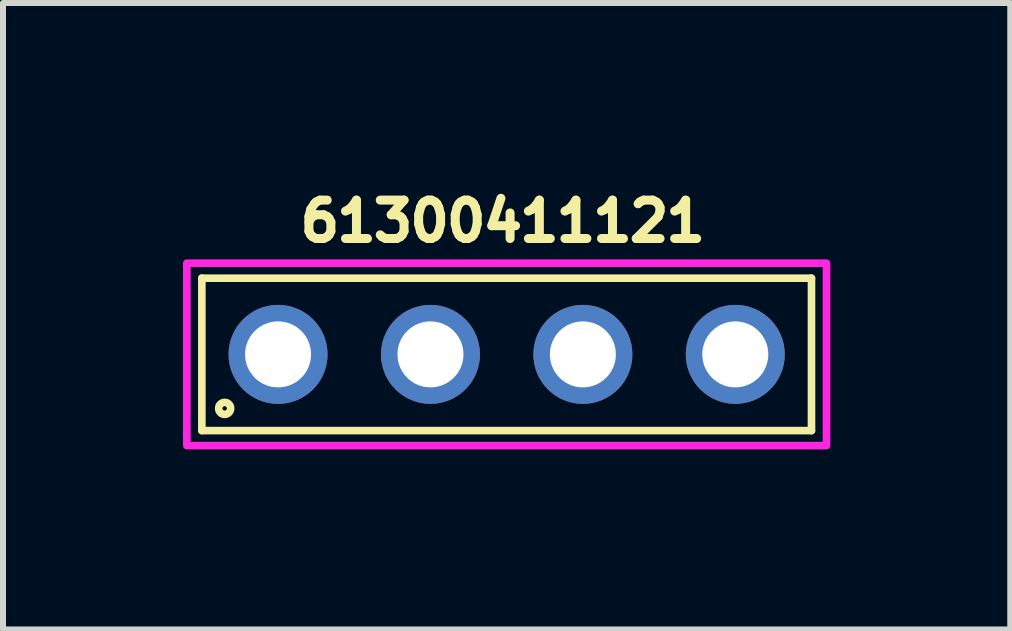
<source format=kicad_pcb>
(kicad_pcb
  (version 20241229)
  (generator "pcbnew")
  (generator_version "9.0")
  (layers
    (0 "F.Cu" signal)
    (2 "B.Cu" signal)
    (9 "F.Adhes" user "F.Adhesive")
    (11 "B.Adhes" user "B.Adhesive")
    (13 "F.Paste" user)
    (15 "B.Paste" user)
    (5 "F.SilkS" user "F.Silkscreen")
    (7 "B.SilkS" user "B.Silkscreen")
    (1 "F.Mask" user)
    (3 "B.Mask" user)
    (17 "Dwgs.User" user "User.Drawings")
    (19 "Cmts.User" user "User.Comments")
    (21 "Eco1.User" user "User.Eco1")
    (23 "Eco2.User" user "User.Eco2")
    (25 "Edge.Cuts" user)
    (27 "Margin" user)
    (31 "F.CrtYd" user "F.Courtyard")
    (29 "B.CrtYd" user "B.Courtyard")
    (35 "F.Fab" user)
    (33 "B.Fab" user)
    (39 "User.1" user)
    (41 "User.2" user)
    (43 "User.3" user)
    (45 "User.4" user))
  (footprint "61300411121"
    (layer "F.Cu")
    (at 5.394 2.856)
    (property "Reference" "61300411121" (at -0.065 -2.219 0) (layer "F.SilkS") (effects (font (size 0.64 0.64) (thickness 0.15))))
    (attr through_hole)
    (fp_line (start -5.08 -1.27) (end -5.08 1.27) (stroke (width 0.127) (type solid)) (layer "F.SilkS"))
    (fp_line (start -5.08 1.27) (end 5.08 1.27) (stroke (width 0.127) (type solid)) (layer "F.SilkS"))
    (fp_line (start 5.08 -1.27) (end -5.08 -1.27) (stroke (width 0.127) (type solid)) (layer "F.SilkS"))
    (fp_line (start 5.08 1.27) (end 5.08 -1.27) (stroke (width 0.127) (type solid)) (layer "F.SilkS"))
    (fp_circle (center -4.7 0.9) (end -4.6 0.9) (stroke (width 0.127) (type solid)) (fill no) (layer "F.SilkS"))
    (fp_poly (pts (xy -5.33 -1.52) (xy 5.33 -1.52) (xy 5.33 1.52) (xy -5.33 1.52)) (stroke (width 0.127) (type solid)) (fill no) (layer "F.CrtYd"))
    (pad "1" thru_hole circle (at -3.81 0) (size 1.65 1.65) (drill 1.1) (layers "*.Cu" "*.Mask"))
    (pad "2" thru_hole circle (at -1.27 0) (size 1.65 1.65) (drill 1.1) (layers "*.Cu" "*.Mask"))
    (pad "3" thru_hole circle (at 1.27 0) (size 1.65 1.65) (drill 1.1) (layers "*.Cu" "*.Mask"))
    (pad "4" thru_hole circle (at 3.81 0) (size 1.65 1.65) (drill 1.1) (layers "*.Cu" "*.Mask")))
  (gr_rect
    (start -3 -3)
    (end 13.787 7.44)
    (stroke (width 0.1) (type default))
    (fill no)
    (layer "Edge.Cuts")))
</source>
